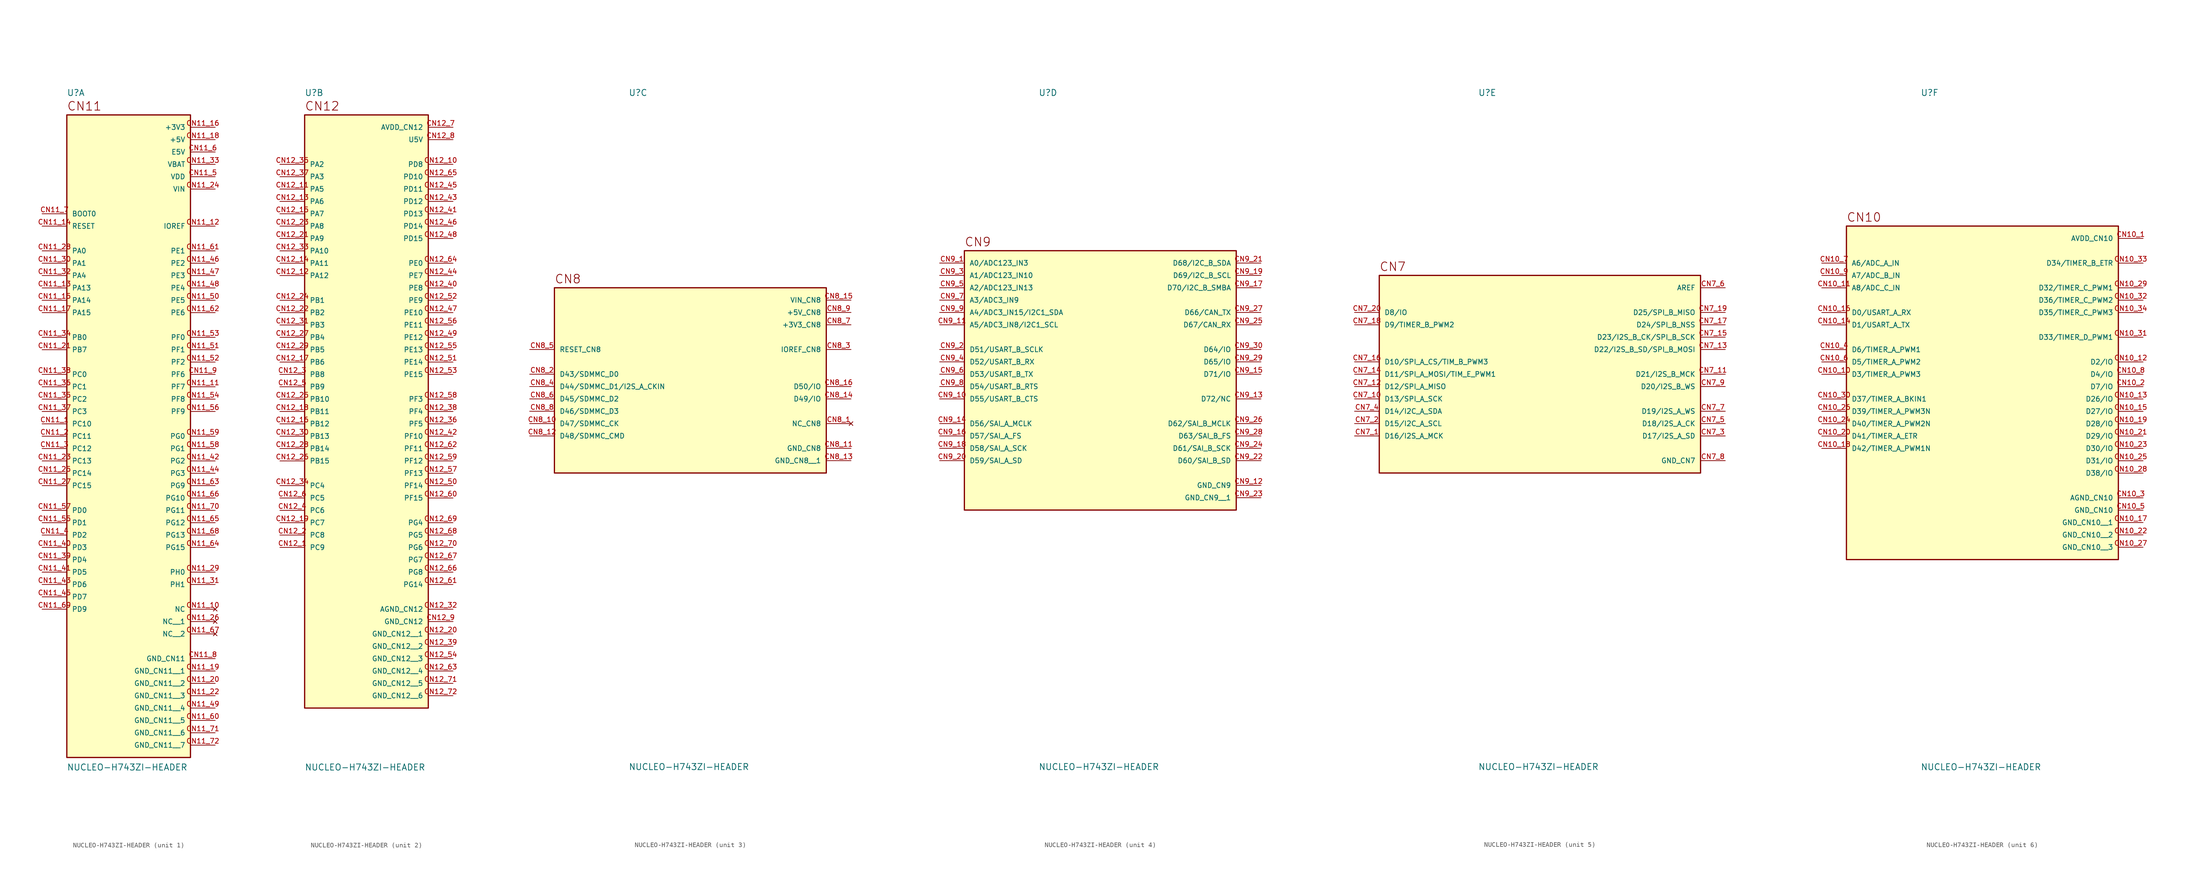
<source format=kicad_sym>
(kicad_symbol_lib
  (version 20220914)
  (generator kicad_symbol_editor)
  (symbol "NUCLEO-H743ZI-HEADER"
    (pin_names
      (offset 1.016))
    (property "Reference" "U"
      (at -12.7 57.15 0)
      (effects (font (size 1.27 1.27)) (justify left bottom)))
    (property "Value" "NUCLEO-H743ZI-HEADER"
      (at -12.7 -80.01 0)
      (effects (font (size 1.27 1.27)) (justify left top)))
    (symbol "NUCLEO-H743ZI-HEADER_1_0"
      (rectangle (start -12.7 -78.74) (end 12.7 53.34) (stroke (width 0.254) (type default)) (fill (type background)))
      (text "CN11" (at -12.7 54.102 0) (effects (font (size 1.778 1.778)) (justify left bottom)))
      (pin bidirectional line (at -17.78 -10.16 0) (length 5.08) (name "PC10" (effects (font (size 1.016 1.016)))) (number "CN11_1" (effects (font (size 1.016 1.016)))))
      (pin no_connect line (at 17.78 -48.26 180) (length 5.08) (name "NC" (effects (font (size 1.016 1.016)))) (number "CN11_10" (effects (font (size 1.016 1.016)))))
      (pin bidirectional line (at 17.78 -2.54 180) (length 5.08) (name "PF7" (effects (font (size 1.016 1.016)))) (number "CN11_11" (effects (font (size 1.016 1.016)))))
      (pin bidirectional line (at 17.78 30.48 180) (length 5.08) (name "IOREF" (effects (font (size 1.016 1.016)))) (number "CN11_12" (effects (font (size 1.016 1.016)))))
      (pin bidirectional line (at -17.78 17.78 0) (length 5.08) (name "PA13" (effects (font (size 1.016 1.016)))) (number "CN11_13" (effects (font (size 1.016 1.016)))))
      (pin bidirectional line (at -17.78 30.48 0) (length 5.08) (name "RESET" (effects (font (size 1.016 1.016)))) (number "CN11_14" (effects (font (size 1.016 1.016)))))
      (pin bidirectional line (at -17.78 15.24 0) (length 5.08) (name "PA14" (effects (font (size 1.016 1.016)))) (number "CN11_15" (effects (font (size 1.016 1.016)))))
      (pin power_in line (at 17.78 50.8 180) (length 5.08) (name "+3V3" (effects (font (size 1.016 1.016)))) (number "CN11_16" (effects (font (size 1.016 1.016)))))
      (pin bidirectional line (at -17.78 12.7 0) (length 5.08) (name "PA15" (effects (font (size 1.016 1.016)))) (number "CN11_17" (effects (font (size 1.016 1.016)))))
      (pin power_in line (at 17.78 48.26 180) (length 5.08) (name "+5V" (effects (font (size 1.016 1.016)))) (number "CN11_18" (effects (font (size 1.016 1.016)))))
      (pin power_in line (at 17.78 -60.96 180) (length 5.08) (name "GND_CN11__1" (effects (font (size 1.016 1.016)))) (number "CN11_19" (effects (font (size 1.016 1.016)))))
      (pin bidirectional line (at -17.78 -12.7 0) (length 5.08) (name "PC11" (effects (font (size 1.016 1.016)))) (number "CN11_2" (effects (font (size 1.016 1.016)))))
      (pin power_in line (at 17.78 -63.5 180) (length 5.08) (name "GND_CN11__2" (effects (font (size 1.016 1.016)))) (number "CN11_20" (effects (font (size 1.016 1.016)))))
      (pin bidirectional line (at -17.78 5.08 0) (length 5.08) (name "PB7" (effects (font (size 1.016 1.016)))) (number "CN11_21" (effects (font (size 1.016 1.016)))))
      (pin power_in line (at 17.78 -66.04 180) (length 5.08) (name "GND_CN11__3" (effects (font (size 1.016 1.016)))) (number "CN11_22" (effects (font (size 1.016 1.016)))))
      (pin bidirectional line (at -17.78 -17.78 0) (length 5.08) (name "PC13" (effects (font (size 1.016 1.016)))) (number "CN11_23" (effects (font (size 1.016 1.016)))))
      (pin power_in line (at 17.78 38.1 180) (length 5.08) (name "VIN" (effects (font (size 1.016 1.016)))) (number "CN11_24" (effects (font (size 1.016 1.016)))))
      (pin bidirectional line (at -17.78 -20.32 0) (length 5.08) (name "PC14" (effects (font (size 1.016 1.016)))) (number "CN11_25" (effects (font (size 1.016 1.016)))))
      (pin no_connect line (at 17.78 -50.8 180) (length 5.08) (name "NC__1" (effects (font (size 1.016 1.016)))) (number "CN11_26" (effects (font (size 1.016 1.016)))))
      (pin bidirectional line (at -17.78 -22.86 0) (length 5.08) (name "PC15" (effects (font (size 1.016 1.016)))) (number "CN11_27" (effects (font (size 1.016 1.016)))))
      (pin bidirectional line (at -17.78 25.4 0) (length 5.08) (name "PA0" (effects (font (size 1.016 1.016)))) (number "CN11_28" (effects (font (size 1.016 1.016)))))
      (pin bidirectional line (at 17.78 -40.64 180) (length 5.08) (name "PH0" (effects (font (size 1.016 1.016)))) (number "CN11_29" (effects (font (size 1.016 1.016)))))
      (pin bidirectional line (at -17.78 -15.24 0) (length 5.08) (name "PC12" (effects (font (size 1.016 1.016)))) (number "CN11_3" (effects (font (size 1.016 1.016)))))
      (pin bidirectional line (at -17.78 22.86 0) (length 5.08) (name "PA1" (effects (font (size 1.016 1.016)))) (number "CN11_30" (effects (font (size 1.016 1.016)))))
      (pin bidirectional line (at 17.78 -43.18 180) (length 5.08) (name "PH1" (effects (font (size 1.016 1.016)))) (number "CN11_31" (effects (font (size 1.016 1.016)))))
      (pin bidirectional line (at -17.78 20.32 0) (length 5.08) (name "PA4" (effects (font (size 1.016 1.016)))) (number "CN11_32" (effects (font (size 1.016 1.016)))))
      (pin power_in line (at 17.78 43.18 180) (length 5.08) (name "VBAT" (effects (font (size 1.016 1.016)))) (number "CN11_33" (effects (font (size 1.016 1.016)))))
      (pin bidirectional line (at -17.78 7.62 0) (length 5.08) (name "PB0" (effects (font (size 1.016 1.016)))) (number "CN11_34" (effects (font (size 1.016 1.016)))))
      (pin bidirectional line (at -17.78 -5.08 0) (length 5.08) (name "PC2" (effects (font (size 1.016 1.016)))) (number "CN11_35" (effects (font (size 1.016 1.016)))))
      (pin bidirectional line (at -17.78 -2.54 0) (length 5.08) (name "PC1" (effects (font (size 1.016 1.016)))) (number "CN11_36" (effects (font (size 1.016 1.016)))))
      (pin bidirectional line (at -17.78 -7.62 0) (length 5.08) (name "PC3" (effects (font (size 1.016 1.016)))) (number "CN11_37" (effects (font (size 1.016 1.016)))))
      (pin bidirectional line (at -17.78 0 0) (length 5.08) (name "PC0" (effects (font (size 1.016 1.016)))) (number "CN11_38" (effects (font (size 1.016 1.016)))))
      (pin bidirectional line (at -17.78 -38.1 0) (length 5.08) (name "PD4" (effects (font (size 1.016 1.016)))) (number "CN11_39" (effects (font (size 1.016 1.016)))))
      (pin bidirectional line (at -17.78 -33.02 0) (length 5.08) (name "PD2" (effects (font (size 1.016 1.016)))) (number "CN11_4" (effects (font (size 1.016 1.016)))))
      (pin bidirectional line (at -17.78 -35.56 0) (length 5.08) (name "PD3" (effects (font (size 1.016 1.016)))) (number "CN11_40" (effects (font (size 1.016 1.016)))))
      (pin bidirectional line (at -17.78 -40.64 0) (length 5.08) (name "PD5" (effects (font (size 1.016 1.016)))) (number "CN11_41" (effects (font (size 1.016 1.016)))))
      (pin bidirectional line (at 17.78 -17.78 180) (length 5.08) (name "PG2" (effects (font (size 1.016 1.016)))) (number "CN11_42" (effects (font (size 1.016 1.016)))))
      (pin bidirectional line (at -17.78 -43.18 0) (length 5.08) (name "PD6" (effects (font (size 1.016 1.016)))) (number "CN11_43" (effects (font (size 1.016 1.016)))))
      (pin bidirectional line (at 17.78 -20.32 180) (length 5.08) (name "PG3" (effects (font (size 1.016 1.016)))) (number "CN11_44" (effects (font (size 1.016 1.016)))))
      (pin bidirectional line (at -17.78 -45.72 0) (length 5.08) (name "PD7" (effects (font (size 1.016 1.016)))) (number "CN11_45" (effects (font (size 1.016 1.016)))))
      (pin bidirectional line (at 17.78 22.86 180) (length 5.08) (name "PE2" (effects (font (size 1.016 1.016)))) (number "CN11_46" (effects (font (size 1.016 1.016)))))
      (pin bidirectional line (at 17.78 20.32 180) (length 5.08) (name "PE3" (effects (font (size 1.016 1.016)))) (number "CN11_47" (effects (font (size 1.016 1.016)))))
      (pin bidirectional line (at 17.78 17.78 180) (length 5.08) (name "PE4" (effects (font (size 1.016 1.016)))) (number "CN11_48" (effects (font (size 1.016 1.016)))))
      (pin power_in line (at 17.78 -68.58 180) (length 5.08) (name "GND_CN11__4" (effects (font (size 1.016 1.016)))) (number "CN11_49" (effects (font (size 1.016 1.016)))))
      (pin power_in line (at 17.78 40.64 180) (length 5.08) (name "VDD" (effects (font (size 1.016 1.016)))) (number "CN11_5" (effects (font (size 1.016 1.016)))))
      (pin bidirectional line (at 17.78 15.24 180) (length 5.08) (name "PE5" (effects (font (size 1.016 1.016)))) (number "CN11_50" (effects (font (size 1.016 1.016)))))
      (pin bidirectional line (at 17.78 5.08 180) (length 5.08) (name "PF1" (effects (font (size 1.016 1.016)))) (number "CN11_51" (effects (font (size 1.016 1.016)))))
      (pin bidirectional line (at 17.78 2.54 180) (length 5.08) (name "PF2" (effects (font (size 1.016 1.016)))) (number "CN11_52" (effects (font (size 1.016 1.016)))))
      (pin bidirectional line (at 17.78 7.62 180) (length 5.08) (name "PF0" (effects (font (size 1.016 1.016)))) (number "CN11_53" (effects (font (size 1.016 1.016)))))
      (pin bidirectional line (at 17.78 -5.08 180) (length 5.08) (name "PF8" (effects (font (size 1.016 1.016)))) (number "CN11_54" (effects (font (size 1.016 1.016)))))
      (pin bidirectional line (at -17.78 -30.48 0) (length 5.08) (name "PD1" (effects (font (size 1.016 1.016)))) (number "CN11_55" (effects (font (size 1.016 1.016)))))
      (pin bidirectional line (at 17.78 -7.62 180) (length 5.08) (name "PF9" (effects (font (size 1.016 1.016)))) (number "CN11_56" (effects (font (size 1.016 1.016)))))
      (pin bidirectional line (at -17.78 -27.94 0) (length 5.08) (name "PD0" (effects (font (size 1.016 1.016)))) (number "CN11_57" (effects (font (size 1.016 1.016)))))
      (pin bidirectional line (at 17.78 -15.24 180) (length 5.08) (name "PG1" (effects (font (size 1.016 1.016)))) (number "CN11_58" (effects (font (size 1.016 1.016)))))
      (pin bidirectional line (at 17.78 -12.7 180) (length 5.08) (name "PG0" (effects (font (size 1.016 1.016)))) (number "CN11_59" (effects (font (size 1.016 1.016)))))
      (pin power_in line (at 17.78 45.72 180) (length 5.08) (name "E5V" (effects (font (size 1.016 1.016)))) (number "CN11_6" (effects (font (size 1.016 1.016)))))
      (pin power_in line (at 17.78 -71.12 180) (length 5.08) (name "GND_CN11__5" (effects (font (size 1.016 1.016)))) (number "CN11_60" (effects (font (size 1.016 1.016)))))
      (pin bidirectional line (at 17.78 25.4 180) (length 5.08) (name "PE1" (effects (font (size 1.016 1.016)))) (number "CN11_61" (effects (font (size 1.016 1.016)))))
      (pin bidirectional line (at 17.78 12.7 180) (length 5.08) (name "PE6" (effects (font (size 1.016 1.016)))) (number "CN11_62" (effects (font (size 1.016 1.016)))))
      (pin bidirectional line (at 17.78 -22.86 180) (length 5.08) (name "PG9" (effects (font (size 1.016 1.016)))) (number "CN11_63" (effects (font (size 1.016 1.016)))))
      (pin bidirectional line (at 17.78 -35.56 180) (length 5.08) (name "PG15" (effects (font (size 1.016 1.016)))) (number "CN11_64" (effects (font (size 1.016 1.016)))))
      (pin bidirectional line (at 17.78 -30.48 180) (length 5.08) (name "PG12" (effects (font (size 1.016 1.016)))) (number "CN11_65" (effects (font (size 1.016 1.016)))))
      (pin bidirectional line (at 17.78 -25.4 180) (length 5.08) (name "PG10" (effects (font (size 1.016 1.016)))) (number "CN11_66" (effects (font (size 1.016 1.016)))))
      (pin no_connect line (at 17.78 -53.34 180) (length 5.08) (name "NC__2" (effects (font (size 1.016 1.016)))) (number "CN11_67" (effects (font (size 1.016 1.016)))))
      (pin bidirectional line (at 17.78 -33.02 180) (length 5.08) (name "PG13" (effects (font (size 1.016 1.016)))) (number "CN11_68" (effects (font (size 1.016 1.016)))))
      (pin bidirectional line (at -17.78 -48.26 0) (length 5.08) (name "PD9" (effects (font (size 1.016 1.016)))) (number "CN11_69" (effects (font (size 1.016 1.016)))))
      (pin bidirectional line (at -17.78 33.02 0) (length 5.08) (name "BOOT0" (effects (font (size 1.016 1.016)))) (number "CN11_7" (effects (font (size 1.016 1.016)))))
      (pin bidirectional line (at 17.78 -27.94 180) (length 5.08) (name "PG11" (effects (font (size 1.016 1.016)))) (number "CN11_70" (effects (font (size 1.016 1.016)))))
      (pin power_in line (at 17.78 -73.66 180) (length 5.08) (name "GND_CN11__6" (effects (font (size 1.016 1.016)))) (number "CN11_71" (effects (font (size 1.016 1.016)))))
      (pin power_in line (at 17.78 -76.2 180) (length 5.08) (name "GND_CN11__7" (effects (font (size 1.016 1.016)))) (number "CN11_72" (effects (font (size 1.016 1.016)))))
      (pin power_in line (at 17.78 -58.42 180) (length 5.08) (name "GND_CN11" (effects (font (size 1.016 1.016)))) (number "CN11_8" (effects (font (size 1.016 1.016)))))
      (pin bidirectional line (at 17.78 0 180) (length 5.08) (name "PF6" (effects (font (size 1.016 1.016)))) (number "CN11_9" (effects (font (size 1.016 1.016))))))
    (symbol "NUCLEO-H743ZI-HEADER_2_0"
      (rectangle (start -12.7 -68.58) (end 12.7 53.34) (stroke (width 0.254) (type default)) (fill (type background)))
      (text "CN12" (at -12.7 54.102 0) (effects (font (size 1.778 1.778)) (justify left bottom)))
      (pin bidirectional line (at -17.78 -35.56 0) (length 5.08) (name "PC9" (effects (font (size 1.016 1.016)))) (number "CN12_1" (effects (font (size 1.016 1.016)))))
      (pin bidirectional line (at 17.78 43.18 180) (length 5.08) (name "PD8" (effects (font (size 1.016 1.016)))) (number "CN12_10" (effects (font (size 1.016 1.016)))))
      (pin bidirectional line (at -17.78 38.1 0) (length 5.08) (name "PA5" (effects (font (size 1.016 1.016)))) (number "CN12_11" (effects (font (size 1.016 1.016)))))
      (pin bidirectional line (at -17.78 20.32 0) (length 5.08) (name "PA12" (effects (font (size 1.016 1.016)))) (number "CN12_12" (effects (font (size 1.016 1.016)))))
      (pin bidirectional line (at -17.78 35.56 0) (length 5.08) (name "PA6" (effects (font (size 1.016 1.016)))) (number "CN12_13" (effects (font (size 1.016 1.016)))))
      (pin bidirectional line (at -17.78 22.86 0) (length 5.08) (name "PA11" (effects (font (size 1.016 1.016)))) (number "CN12_14" (effects (font (size 1.016 1.016)))))
      (pin bidirectional line (at -17.78 33.02 0) (length 5.08) (name "PA7" (effects (font (size 1.016 1.016)))) (number "CN12_15" (effects (font (size 1.016 1.016)))))
      (pin bidirectional line (at -17.78 -10.16 0) (length 5.08) (name "PB12" (effects (font (size 1.016 1.016)))) (number "CN12_16" (effects (font (size 1.016 1.016)))))
      (pin bidirectional line (at -17.78 2.54 0) (length 5.08) (name "PB6" (effects (font (size 1.016 1.016)))) (number "CN12_17" (effects (font (size 1.016 1.016)))))
      (pin bidirectional line (at -17.78 -7.62 0) (length 5.08) (name "PB11" (effects (font (size 1.016 1.016)))) (number "CN12_18" (effects (font (size 1.016 1.016)))))
      (pin bidirectional line (at -17.78 -30.48 0) (length 5.08) (name "PC7" (effects (font (size 1.016 1.016)))) (number "CN12_19" (effects (font (size 1.016 1.016)))))
      (pin bidirectional line (at -17.78 -33.02 0) (length 5.08) (name "PC8" (effects (font (size 1.016 1.016)))) (number "CN12_2" (effects (font (size 1.016 1.016)))))
      (pin power_in line (at 17.78 -53.34 180) (length 5.08) (name "GND_CN12__1" (effects (font (size 1.016 1.016)))) (number "CN12_20" (effects (font (size 1.016 1.016)))))
      (pin bidirectional line (at -17.78 27.94 0) (length 5.08) (name "PA9" (effects (font (size 1.016 1.016)))) (number "CN12_21" (effects (font (size 1.016 1.016)))))
      (pin bidirectional line (at -17.78 12.7 0) (length 5.08) (name "PB2" (effects (font (size 1.016 1.016)))) (number "CN12_22" (effects (font (size 1.016 1.016)))))
      (pin bidirectional line (at -17.78 30.48 0) (length 5.08) (name "PA8" (effects (font (size 1.016 1.016)))) (number "CN12_23" (effects (font (size 1.016 1.016)))))
      (pin bidirectional line (at -17.78 15.24 0) (length 5.08) (name "PB1" (effects (font (size 1.016 1.016)))) (number "CN12_24" (effects (font (size 1.016 1.016)))))
      (pin bidirectional line (at -17.78 -5.08 0) (length 5.08) (name "PB10" (effects (font (size 1.016 1.016)))) (number "CN12_25" (effects (font (size 1.016 1.016)))))
      (pin bidirectional line (at -17.78 -17.78 0) (length 5.08) (name "PB15" (effects (font (size 1.016 1.016)))) (number "CN12_26" (effects (font (size 1.016 1.016)))))
      (pin bidirectional line (at -17.78 7.62 0) (length 5.08) (name "PB4" (effects (font (size 1.016 1.016)))) (number "CN12_27" (effects (font (size 1.016 1.016)))))
      (pin bidirectional line (at -17.78 -15.24 0) (length 5.08) (name "PB14" (effects (font (size 1.016 1.016)))) (number "CN12_28" (effects (font (size 1.016 1.016)))))
      (pin bidirectional line (at -17.78 5.08 0) (length 5.08) (name "PB5" (effects (font (size 1.016 1.016)))) (number "CN12_29" (effects (font (size 1.016 1.016)))))
      (pin bidirectional line (at -17.78 0 0) (length 5.08) (name "PB8" (effects (font (size 1.016 1.016)))) (number "CN12_3" (effects (font (size 1.016 1.016)))))
      (pin bidirectional line (at -17.78 -12.7 0) (length 5.08) (name "PB13" (effects (font (size 1.016 1.016)))) (number "CN12_30" (effects (font (size 1.016 1.016)))))
      (pin bidirectional line (at -17.78 10.16 0) (length 5.08) (name "PB3" (effects (font (size 1.016 1.016)))) (number "CN12_31" (effects (font (size 1.016 1.016)))))
      (pin power_in line (at 17.78 -48.26 180) (length 5.08) (name "AGND_CN12" (effects (font (size 1.016 1.016)))) (number "CN12_32" (effects (font (size 1.016 1.016)))))
      (pin bidirectional line (at -17.78 25.4 0) (length 5.08) (name "PA10" (effects (font (size 1.016 1.016)))) (number "CN12_33" (effects (font (size 1.016 1.016)))))
      (pin bidirectional line (at -17.78 -22.86 0) (length 5.08) (name "PC4" (effects (font (size 1.016 1.016)))) (number "CN12_34" (effects (font (size 1.016 1.016)))))
      (pin bidirectional line (at -17.78 43.18 0) (length 5.08) (name "PA2" (effects (font (size 1.016 1.016)))) (number "CN12_35" (effects (font (size 1.016 1.016)))))
      (pin bidirectional line (at 17.78 -10.16 180) (length 5.08) (name "PF5" (effects (font (size 1.016 1.016)))) (number "CN12_36" (effects (font (size 1.016 1.016)))))
      (pin bidirectional line (at -17.78 40.64 0) (length 5.08) (name "PA3" (effects (font (size 1.016 1.016)))) (number "CN12_37" (effects (font (size 1.016 1.016)))))
      (pin bidirectional line (at 17.78 -7.62 180) (length 5.08) (name "PF4" (effects (font (size 1.016 1.016)))) (number "CN12_38" (effects (font (size 1.016 1.016)))))
      (pin power_in line (at 17.78 -55.88 180) (length 5.08) (name "GND_CN12__2" (effects (font (size 1.016 1.016)))) (number "CN12_39" (effects (font (size 1.016 1.016)))))
      (pin bidirectional line (at -17.78 -27.94 0) (length 5.08) (name "PC6" (effects (font (size 1.016 1.016)))) (number "CN12_4" (effects (font (size 1.016 1.016)))))
      (pin bidirectional line (at 17.78 17.78 180) (length 5.08) (name "PE8" (effects (font (size 1.016 1.016)))) (number "CN12_40" (effects (font (size 1.016 1.016)))))
      (pin bidirectional line (at 17.78 33.02 180) (length 5.08) (name "PD13" (effects (font (size 1.016 1.016)))) (number "CN12_41" (effects (font (size 1.016 1.016)))))
      (pin bidirectional line (at 17.78 -12.7 180) (length 5.08) (name "PF10" (effects (font (size 1.016 1.016)))) (number "CN12_42" (effects (font (size 1.016 1.016)))))
      (pin bidirectional line (at 17.78 35.56 180) (length 5.08) (name "PD12" (effects (font (size 1.016 1.016)))) (number "CN12_43" (effects (font (size 1.016 1.016)))))
      (pin bidirectional line (at 17.78 20.32 180) (length 5.08) (name "PE7" (effects (font (size 1.016 1.016)))) (number "CN12_44" (effects (font (size 1.016 1.016)))))
      (pin bidirectional line (at 17.78 38.1 180) (length 5.08) (name "PD11" (effects (font (size 1.016 1.016)))) (number "CN12_45" (effects (font (size 1.016 1.016)))))
      (pin bidirectional line (at 17.78 30.48 180) (length 5.08) (name "PD14" (effects (font (size 1.016 1.016)))) (number "CN12_46" (effects (font (size 1.016 1.016)))))
      (pin bidirectional line (at 17.78 12.7 180) (length 5.08) (name "PE10" (effects (font (size 1.016 1.016)))) (number "CN12_47" (effects (font (size 1.016 1.016)))))
      (pin bidirectional line (at 17.78 27.94 180) (length 5.08) (name "PD15" (effects (font (size 1.016 1.016)))) (number "CN12_48" (effects (font (size 1.016 1.016)))))
      (pin bidirectional line (at 17.78 7.62 180) (length 5.08) (name "PE12" (effects (font (size 1.016 1.016)))) (number "CN12_49" (effects (font (size 1.016 1.016)))))
      (pin bidirectional line (at -17.78 -2.54 0) (length 5.08) (name "PB9" (effects (font (size 1.016 1.016)))) (number "CN12_5" (effects (font (size 1.016 1.016)))))
      (pin bidirectional line (at 17.78 -22.86 180) (length 5.08) (name "PF14" (effects (font (size 1.016 1.016)))) (number "CN12_50" (effects (font (size 1.016 1.016)))))
      (pin bidirectional line (at 17.78 2.54 180) (length 5.08) (name "PE14" (effects (font (size 1.016 1.016)))) (number "CN12_51" (effects (font (size 1.016 1.016)))))
      (pin bidirectional line (at 17.78 15.24 180) (length 5.08) (name "PE9" (effects (font (size 1.016 1.016)))) (number "CN12_52" (effects (font (size 1.016 1.016)))))
      (pin bidirectional line (at 17.78 0 180) (length 5.08) (name "PE15" (effects (font (size 1.016 1.016)))) (number "CN12_53" (effects (font (size 1.016 1.016)))))
      (pin power_in line (at 17.78 -58.42 180) (length 5.08) (name "GND_CN12__3" (effects (font (size 1.016 1.016)))) (number "CN12_54" (effects (font (size 1.016 1.016)))))
      (pin bidirectional line (at 17.78 5.08 180) (length 5.08) (name "PE13" (effects (font (size 1.016 1.016)))) (number "CN12_55" (effects (font (size 1.016 1.016)))))
      (pin bidirectional line (at 17.78 10.16 180) (length 5.08) (name "PE11" (effects (font (size 1.016 1.016)))) (number "CN12_56" (effects (font (size 1.016 1.016)))))
      (pin bidirectional line (at 17.78 -20.32 180) (length 5.08) (name "PF13" (effects (font (size 1.016 1.016)))) (number "CN12_57" (effects (font (size 1.016 1.016)))))
      (pin bidirectional line (at 17.78 -5.08 180) (length 5.08) (name "PF3" (effects (font (size 1.016 1.016)))) (number "CN12_58" (effects (font (size 1.016 1.016)))))
      (pin bidirectional line (at 17.78 -17.78 180) (length 5.08) (name "PF12" (effects (font (size 1.016 1.016)))) (number "CN12_59" (effects (font (size 1.016 1.016)))))
      (pin bidirectional line (at -17.78 -25.4 0) (length 5.08) (name "PC5" (effects (font (size 1.016 1.016)))) (number "CN12_6" (effects (font (size 1.016 1.016)))))
      (pin bidirectional line (at 17.78 -25.4 180) (length 5.08) (name "PF15" (effects (font (size 1.016 1.016)))) (number "CN12_60" (effects (font (size 1.016 1.016)))))
      (pin bidirectional line (at 17.78 -43.18 180) (length 5.08) (name "PG14" (effects (font (size 1.016 1.016)))) (number "CN12_61" (effects (font (size 1.016 1.016)))))
      (pin bidirectional line (at 17.78 -15.24 180) (length 5.08) (name "PF11" (effects (font (size 1.016 1.016)))) (number "CN12_62" (effects (font (size 1.016 1.016)))))
      (pin power_in line (at 17.78 -60.96 180) (length 5.08) (name "GND_CN12__4" (effects (font (size 1.016 1.016)))) (number "CN12_63" (effects (font (size 1.016 1.016)))))
      (pin bidirectional line (at 17.78 22.86 180) (length 5.08) (name "PE0" (effects (font (size 1.016 1.016)))) (number "CN12_64" (effects (font (size 1.016 1.016)))))
      (pin bidirectional line (at 17.78 40.64 180) (length 5.08) (name "PD10" (effects (font (size 1.016 1.016)))) (number "CN12_65" (effects (font (size 1.016 1.016)))))
      (pin bidirectional line (at 17.78 -40.64 180) (length 5.08) (name "PG8" (effects (font (size 1.016 1.016)))) (number "CN12_66" (effects (font (size 1.016 1.016)))))
      (pin bidirectional line (at 17.78 -38.1 180) (length 5.08) (name "PG7" (effects (font (size 1.016 1.016)))) (number "CN12_67" (effects (font (size 1.016 1.016)))))
      (pin bidirectional line (at 17.78 -33.02 180) (length 5.08) (name "PG5" (effects (font (size 1.016 1.016)))) (number "CN12_68" (effects (font (size 1.016 1.016)))))
      (pin bidirectional line (at 17.78 -30.48 180) (length 5.08) (name "PG4" (effects (font (size 1.016 1.016)))) (number "CN12_69" (effects (font (size 1.016 1.016)))))
      (pin power_in line (at 17.78 50.8 180) (length 5.08) (name "AVDD_CN12" (effects (font (size 1.016 1.016)))) (number "CN12_7" (effects (font (size 1.016 1.016)))))
      (pin bidirectional line (at 17.78 -35.56 180) (length 5.08) (name "PG6" (effects (font (size 1.016 1.016)))) (number "CN12_70" (effects (font (size 1.016 1.016)))))
      (pin power_in line (at 17.78 -63.5 180) (length 5.08) (name "GND_CN12__5" (effects (font (size 1.016 1.016)))) (number "CN12_71" (effects (font (size 1.016 1.016)))))
      (pin power_in line (at 17.78 -66.04 180) (length 5.08) (name "GND_CN12__6" (effects (font (size 1.016 1.016)))) (number "CN12_72" (effects (font (size 1.016 1.016)))))
      (pin power_in line (at 17.78 48.26 180) (length 5.08) (name "U5V" (effects (font (size 1.016 1.016)))) (number "CN12_8" (effects (font (size 1.016 1.016)))))
      (pin power_in line (at 17.78 -50.8 180) (length 5.08) (name "GND_CN12" (effects (font (size 1.016 1.016)))) (number "CN12_9" (effects (font (size 1.016 1.016))))))
    (symbol "NUCLEO-H743ZI-HEADER_3_0"
      (rectangle (start -27.94 -20.32) (end 27.94 17.78) (stroke (width 0.254) (type default)) (fill (type background)))
      (text "CN8" (at -27.94 18.542 0) (effects (font (size 1.778 1.778)) (justify left bottom)))
      (pin no_connect line (at 33.02 -10.16 180) (length 5.08) (name "NC_CN8" (effects (font (size 1.016 1.016)))) (number "CN8_1" (effects (font (size 1.016 1.016)))))
      (pin bidirectional line (at -33.02 -10.16 0) (length 5.08) (name "D47/SDMMC_CK" (effects (font (size 1.016 1.016)))) (number "CN8_10" (effects (font (size 1.016 1.016)))))
      (pin power_in line (at 33.02 -15.24 180) (length 5.08) (name "GND_CN8" (effects (font (size 1.016 1.016)))) (number "CN8_11" (effects (font (size 1.016 1.016)))))
      (pin bidirectional line (at -33.02 -12.7 0) (length 5.08) (name "D48/SDMMC_CMD" (effects (font (size 1.016 1.016)))) (number "CN8_12" (effects (font (size 1.016 1.016)))))
      (pin power_in line (at 33.02 -17.78 180) (length 5.08) (name "GND_CN8__1" (effects (font (size 1.016 1.016)))) (number "CN8_13" (effects (font (size 1.016 1.016)))))
      (pin bidirectional line (at 33.02 -5.08 180) (length 5.08) (name "D49/IO" (effects (font (size 1.016 1.016)))) (number "CN8_14" (effects (font (size 1.016 1.016)))))
      (pin power_in line (at 33.02 15.24 180) (length 5.08) (name "VIN_CN8" (effects (font (size 1.016 1.016)))) (number "CN8_15" (effects (font (size 1.016 1.016)))))
      (pin bidirectional line (at 33.02 -2.54 180) (length 5.08) (name "D50/IO" (effects (font (size 1.016 1.016)))) (number "CN8_16" (effects (font (size 1.016 1.016)))))
      (pin bidirectional line (at -33.02 0 0) (length 5.08) (name "D43/SDMMC_D0" (effects (font (size 1.016 1.016)))) (number "CN8_2" (effects (font (size 1.016 1.016)))))
      (pin bidirectional line (at 33.02 5.08 180) (length 5.08) (name "IOREF_CN8" (effects (font (size 1.016 1.016)))) (number "CN8_3" (effects (font (size 1.016 1.016)))))
      (pin bidirectional line (at -33.02 -2.54 0) (length 5.08) (name "D44/SDMMC_D1/I2S_A_CKIN" (effects (font (size 1.016 1.016)))) (number "CN8_4" (effects (font (size 1.016 1.016)))))
      (pin bidirectional line (at -33.02 5.08 0) (length 5.08) (name "RESET_CN8" (effects (font (size 1.016 1.016)))) (number "CN8_5" (effects (font (size 1.016 1.016)))))
      (pin bidirectional line (at -33.02 -5.08 0) (length 5.08) (name "D45/SDMMC_D2" (effects (font (size 1.016 1.016)))) (number "CN8_6" (effects (font (size 1.016 1.016)))))
      (pin power_in line (at 33.02 10.16 180) (length 5.08) (name "+3V3_CN8" (effects (font (size 1.016 1.016)))) (number "CN8_7" (effects (font (size 1.016 1.016)))))
      (pin bidirectional line (at -33.02 -7.62 0) (length 5.08) (name "D46/SDMMC_D3" (effects (font (size 1.016 1.016)))) (number "CN8_8" (effects (font (size 1.016 1.016)))))
      (pin power_in line (at 33.02 12.7 180) (length 5.08) (name "+5V_CN8" (effects (font (size 1.016 1.016)))) (number "CN8_9" (effects (font (size 1.016 1.016))))))
    (symbol "NUCLEO-H743ZI-HEADER_4_0"
      (rectangle (start -27.94 -27.94) (end 27.94 25.4) (stroke (width 0.254) (type default)) (fill (type background)))
      (text "CN9" (at -27.94 26.162 0) (effects (font (size 1.778 1.778)) (justify left bottom)))
      (pin input line (at -33.02 22.86 0) (length 5.08) (name "A0/ADC123_IN3" (effects (font (size 1.016 1.016)))) (number "CN9_1" (effects (font (size 1.016 1.016)))))
      (pin bidirectional line (at -33.02 -5.08 0) (length 5.08) (name "D55/USART_B_CTS" (effects (font (size 1.016 1.016)))) (number "CN9_10" (effects (font (size 1.016 1.016)))))
      (pin input line (at -33.02 10.16 0) (length 5.08) (name "A5/ADC3_IN8/I2C1_SCL" (effects (font (size 1.016 1.016)))) (number "CN9_11" (effects (font (size 1.016 1.016)))))
      (pin power_in line (at 33.02 -22.86 180) (length 5.08) (name "GND_CN9" (effects (font (size 1.016 1.016)))) (number "CN9_12" (effects (font (size 1.016 1.016)))))
      (pin bidirectional line (at 33.02 -5.08 180) (length 5.08) (name "D72/NC" (effects (font (size 1.016 1.016)))) (number "CN9_13" (effects (font (size 1.016 1.016)))))
      (pin bidirectional line (at -33.02 -10.16 0) (length 5.08) (name "D56/SAI_A_MCLK" (effects (font (size 1.016 1.016)))) (number "CN9_14" (effects (font (size 1.016 1.016)))))
      (pin bidirectional line (at 33.02 0 180) (length 5.08) (name "D71/IO" (effects (font (size 1.016 1.016)))) (number "CN9_15" (effects (font (size 1.016 1.016)))))
      (pin bidirectional line (at -33.02 -12.7 0) (length 5.08) (name "D57/SAI_A_FS" (effects (font (size 1.016 1.016)))) (number "CN9_16" (effects (font (size 1.016 1.016)))))
      (pin bidirectional line (at 33.02 17.78 180) (length 5.08) (name "D70/I2C_B_SMBA" (effects (font (size 1.016 1.016)))) (number "CN9_17" (effects (font (size 1.016 1.016)))))
      (pin bidirectional line (at -33.02 -15.24 0) (length 5.08) (name "D58/SAI_A_SCK" (effects (font (size 1.016 1.016)))) (number "CN9_18" (effects (font (size 1.016 1.016)))))
      (pin bidirectional line (at 33.02 20.32 180) (length 5.08) (name "D69/I2C_B_SCL" (effects (font (size 1.016 1.016)))) (number "CN9_19" (effects (font (size 1.016 1.016)))))
      (pin bidirectional line (at -33.02 5.08 0) (length 5.08) (name "D51/USART_B_SCLK" (effects (font (size 1.016 1.016)))) (number "CN9_2" (effects (font (size 1.016 1.016)))))
      (pin bidirectional line (at -33.02 -17.78 0) (length 5.08) (name "D59/SAI_A_SD" (effects (font (size 1.016 1.016)))) (number "CN9_20" (effects (font (size 1.016 1.016)))))
      (pin bidirectional line (at 33.02 22.86 180) (length 5.08) (name "D68/I2C_B_SDA" (effects (font (size 1.016 1.016)))) (number "CN9_21" (effects (font (size 1.016 1.016)))))
      (pin bidirectional line (at 33.02 -17.78 180) (length 5.08) (name "D60/SAI_B_SD" (effects (font (size 1.016 1.016)))) (number "CN9_22" (effects (font (size 1.016 1.016)))))
      (pin power_in line (at 33.02 -25.4 180) (length 5.08) (name "GND_CN9__1" (effects (font (size 1.016 1.016)))) (number "CN9_23" (effects (font (size 1.016 1.016)))))
      (pin bidirectional line (at 33.02 -15.24 180) (length 5.08) (name "D61/SAI_B_SCK" (effects (font (size 1.016 1.016)))) (number "CN9_24" (effects (font (size 1.016 1.016)))))
      (pin input line (at 33.02 10.16 180) (length 5.08) (name "D67/CAN_RX" (effects (font (size 1.016 1.016)))) (number "CN9_25" (effects (font (size 1.016 1.016)))))
      (pin bidirectional line (at 33.02 -10.16 180) (length 5.08) (name "D62/SAI_B_MCLK" (effects (font (size 1.016 1.016)))) (number "CN9_26" (effects (font (size 1.016 1.016)))))
      (pin output line (at 33.02 12.7 180) (length 5.08) (name "D66/CAN_TX" (effects (font (size 1.016 1.016)))) (number "CN9_27" (effects (font (size 1.016 1.016)))))
      (pin bidirectional line (at 33.02 -12.7 180) (length 5.08) (name "D63/SAI_B_FS" (effects (font (size 1.016 1.016)))) (number "CN9_28" (effects (font (size 1.016 1.016)))))
      (pin bidirectional line (at 33.02 2.54 180) (length 5.08) (name "D65/IO" (effects (font (size 1.016 1.016)))) (number "CN9_29" (effects (font (size 1.016 1.016)))))
      (pin input line (at -33.02 20.32 0) (length 5.08) (name "A1/ADC123_IN10" (effects (font (size 1.016 1.016)))) (number "CN9_3" (effects (font (size 1.016 1.016)))))
      (pin bidirectional line (at 33.02 5.08 180) (length 5.08) (name "D64/IO" (effects (font (size 1.016 1.016)))) (number "CN9_30" (effects (font (size 1.016 1.016)))))
      (pin bidirectional line (at -33.02 2.54 0) (length 5.08) (name "D52/USART_B_RX" (effects (font (size 1.016 1.016)))) (number "CN9_4" (effects (font (size 1.016 1.016)))))
      (pin input line (at -33.02 17.78 0) (length 5.08) (name "A2/ADC123_IN13" (effects (font (size 1.016 1.016)))) (number "CN9_5" (effects (font (size 1.016 1.016)))))
      (pin bidirectional line (at -33.02 0 0) (length 5.08) (name "D53/USART_B_TX" (effects (font (size 1.016 1.016)))) (number "CN9_6" (effects (font (size 1.016 1.016)))))
      (pin input line (at -33.02 15.24 0) (length 5.08) (name "A3/ADC3_IN9" (effects (font (size 1.016 1.016)))) (number "CN9_7" (effects (font (size 1.016 1.016)))))
      (pin bidirectional line (at -33.02 -2.54 0) (length 5.08) (name "D54/USART_B_RTS" (effects (font (size 1.016 1.016)))) (number "CN9_8" (effects (font (size 1.016 1.016)))))
      (pin input line (at -33.02 12.7 0) (length 5.08) (name "A4/ADC3_IN15/I2C1_SDA" (effects (font (size 1.016 1.016)))) (number "CN9_9" (effects (font (size 1.016 1.016))))))
    (symbol "NUCLEO-H743ZI-HEADER_5_0"
      (rectangle (start -33.02 -20.32) (end 33.02 20.32) (stroke (width 0.254) (type default)) (fill (type background)))
      (text "CN7" (at -33.02 21.082 0) (effects (font (size 1.778 1.778)) (justify left bottom)))
      (pin bidirectional line (at -38.1 -12.7 0) (length 5.08) (name "D16/I2S_A_MCK" (effects (font (size 1.016 1.016)))) (number "CN7_1" (effects (font (size 1.016 1.016)))))
      (pin bidirectional line (at -38.1 -5.08 0) (length 5.08) (name "D13/SPI_A_SCK" (effects (font (size 1.016 1.016)))) (number "CN7_10" (effects (font (size 1.016 1.016)))))
      (pin bidirectional line (at 38.1 0 180) (length 5.08) (name "D21/I2S_B_MCK" (effects (font (size 1.016 1.016)))) (number "CN7_11" (effects (font (size 1.016 1.016)))))
      (pin bidirectional line (at -38.1 -2.54 0) (length 5.08) (name "D12/SPI_A_MISO" (effects (font (size 1.016 1.016)))) (number "CN7_12" (effects (font (size 1.016 1.016)))))
      (pin bidirectional line (at 38.1 5.08 180) (length 5.08) (name "D22/I2S_B_SD/SPI_B_MOSI" (effects (font (size 1.016 1.016)))) (number "CN7_13" (effects (font (size 1.016 1.016)))))
      (pin bidirectional line (at -38.1 0 0) (length 5.08) (name "D11/SPI_A_MOSI/TIM_E_PWM1" (effects (font (size 1.016 1.016)))) (number "CN7_14" (effects (font (size 1.016 1.016)))))
      (pin bidirectional line (at 38.1 7.62 180) (length 5.08) (name "D23/I2S_B_CK/SPI_B_SCK" (effects (font (size 1.016 1.016)))) (number "CN7_15" (effects (font (size 1.016 1.016)))))
      (pin bidirectional line (at -38.1 2.54 0) (length 5.08) (name "D10/SPI_A_CS/TIM_B_PWM3" (effects (font (size 1.016 1.016)))) (number "CN7_16" (effects (font (size 1.016 1.016)))))
      (pin bidirectional line (at 38.1 10.16 180) (length 5.08) (name "D24/SPI_B_NSS" (effects (font (size 1.016 1.016)))) (number "CN7_17" (effects (font (size 1.016 1.016)))))
      (pin bidirectional line (at -38.1 10.16 0) (length 5.08) (name "D9/TIMER_B_PWM2" (effects (font (size 1.016 1.016)))) (number "CN7_18" (effects (font (size 1.016 1.016)))))
      (pin bidirectional line (at 38.1 12.7 180) (length 5.08) (name "D25/SPI_B_MISO" (effects (font (size 1.016 1.016)))) (number "CN7_19" (effects (font (size 1.016 1.016)))))
      (pin bidirectional line (at -38.1 -10.16 0) (length 5.08) (name "D15/I2C_A_SCL" (effects (font (size 1.016 1.016)))) (number "CN7_2" (effects (font (size 1.016 1.016)))))
      (pin bidirectional line (at -38.1 12.7 0) (length 5.08) (name "D8/IO" (effects (font (size 1.016 1.016)))) (number "CN7_20" (effects (font (size 1.016 1.016)))))
      (pin bidirectional line (at 38.1 -12.7 180) (length 5.08) (name "D17/I2S_A_SD" (effects (font (size 1.016 1.016)))) (number "CN7_3" (effects (font (size 1.016 1.016)))))
      (pin bidirectional line (at -38.1 -7.62 0) (length 5.08) (name "D14/I2C_A_SDA" (effects (font (size 1.016 1.016)))) (number "CN7_4" (effects (font (size 1.016 1.016)))))
      (pin bidirectional line (at 38.1 -10.16 180) (length 5.08) (name "D18/I2S_A_CK" (effects (font (size 1.016 1.016)))) (number "CN7_5" (effects (font (size 1.016 1.016)))))
      (pin power_in line (at 38.1 17.78 180) (length 5.08) (name "AREF" (effects (font (size 1.016 1.016)))) (number "CN7_6" (effects (font (size 1.016 1.016)))))
      (pin bidirectional line (at 38.1 -7.62 180) (length 5.08) (name "D19/I2S_A_WS" (effects (font (size 1.016 1.016)))) (number "CN7_7" (effects (font (size 1.016 1.016)))))
      (pin power_in line (at 38.1 -17.78 180) (length 5.08) (name "GND_CN7" (effects (font (size 1.016 1.016)))) (number "CN7_8" (effects (font (size 1.016 1.016)))))
      (pin bidirectional line (at 38.1 -2.54 180) (length 5.08) (name "D20/I2S_B_WS" (effects (font (size 1.016 1.016)))) (number "CN7_9" (effects (font (size 1.016 1.016))))))
    (symbol "NUCLEO-H743ZI-HEADER_6_0"
      (rectangle (start -27.94 -38.1) (end 27.94 30.48) (stroke (width 0.254) (type default)) (fill (type background)))
      (text "CN10" (at -27.94 31.242 0) (effects (font (size 1.778 1.778)) (justify left bottom)))
      (pin power_in line (at 33.02 27.94 180) (length 5.08) (name "AVDD_CN10" (effects (font (size 1.016 1.016)))) (number "CN10_1" (effects (font (size 1.016 1.016)))))
      (pin bidirectional line (at -33.02 0 0) (length 5.08) (name "D3/TIMER_A_PWM3" (effects (font (size 1.016 1.016)))) (number "CN10_10" (effects (font (size 1.016 1.016)))))
      (pin input line (at -33.02 17.78 0) (length 5.08) (name "A8/ADC_C_IN" (effects (font (size 1.016 1.016)))) (number "CN10_11" (effects (font (size 1.016 1.016)))))
      (pin bidirectional line (at 33.02 2.54 180) (length 5.08) (name "D2/IO" (effects (font (size 1.016 1.016)))) (number "CN10_12" (effects (font (size 1.016 1.016)))))
      (pin bidirectional line (at 33.02 -5.08 180) (length 5.08) (name "D26/IO" (effects (font (size 1.016 1.016)))) (number "CN10_13" (effects (font (size 1.016 1.016)))))
      (pin output line (at -33.02 10.16 0) (length 5.08) (name "D1/USART_A_TX" (effects (font (size 1.016 1.016)))) (number "CN10_14" (effects (font (size 1.016 1.016)))))
      (pin bidirectional line (at 33.02 -7.62 180) (length 5.08) (name "D27/IO" (effects (font (size 1.016 1.016)))) (number "CN10_15" (effects (font (size 1.016 1.016)))))
      (pin input line (at -33.02 12.7 0) (length 5.08) (name "D0/USART_A_RX" (effects (font (size 1.016 1.016)))) (number "CN10_16" (effects (font (size 1.016 1.016)))))
      (pin power_in line (at 33.02 -30.48 180) (length 5.08) (name "GND_CN10__1" (effects (font (size 1.016 1.016)))) (number "CN10_17" (effects (font (size 1.016 1.016)))))
      (pin bidirectional line (at -33.02 -15.24 0) (length 5.08) (name "D42/TIMER_A_PWM1N" (effects (font (size 1.016 1.016)))) (number "CN10_18" (effects (font (size 1.016 1.016)))))
      (pin bidirectional line (at 33.02 -10.16 180) (length 5.08) (name "D28/IO" (effects (font (size 1.016 1.016)))) (number "CN10_19" (effects (font (size 1.016 1.016)))))
      (pin bidirectional line (at 33.02 -2.54 180) (length 5.08) (name "D7/IO" (effects (font (size 1.016 1.016)))) (number "CN10_2" (effects (font (size 1.016 1.016)))))
      (pin bidirectional line (at -33.02 -12.7 0) (length 5.08) (name "D41/TIMER_A_ETR" (effects (font (size 1.016 1.016)))) (number "CN10_20" (effects (font (size 1.016 1.016)))))
      (pin bidirectional line (at 33.02 -12.7 180) (length 5.08) (name "D29/IO" (effects (font (size 1.016 1.016)))) (number "CN10_21" (effects (font (size 1.016 1.016)))))
      (pin power_in line (at 33.02 -33.02 180) (length 5.08) (name "GND_CN10__2" (effects (font (size 1.016 1.016)))) (number "CN10_22" (effects (font (size 1.016 1.016)))))
      (pin bidirectional line (at 33.02 -15.24 180) (length 5.08) (name "D30/IO" (effects (font (size 1.016 1.016)))) (number "CN10_23" (effects (font (size 1.016 1.016)))))
      (pin bidirectional line (at -33.02 -10.16 0) (length 5.08) (name "D40/TIMER_A_PWM2N" (effects (font (size 1.016 1.016)))) (number "CN10_24" (effects (font (size 1.016 1.016)))))
      (pin bidirectional line (at 33.02 -17.78 180) (length 5.08) (name "D31/IO" (effects (font (size 1.016 1.016)))) (number "CN10_25" (effects (font (size 1.016 1.016)))))
      (pin bidirectional line (at -33.02 -7.62 0) (length 5.08) (name "D39/TIMER_A_PWM3N" (effects (font (size 1.016 1.016)))) (number "CN10_26" (effects (font (size 1.016 1.016)))))
      (pin power_in line (at 33.02 -35.56 180) (length 5.08) (name "GND_CN10__3" (effects (font (size 1.016 1.016)))) (number "CN10_27" (effects (font (size 1.016 1.016)))))
      (pin bidirectional line (at 33.02 -20.32 180) (length 5.08) (name "D38/IO" (effects (font (size 1.016 1.016)))) (number "CN10_28" (effects (font (size 1.016 1.016)))))
      (pin bidirectional line (at 33.02 17.78 180) (length 5.08) (name "D32/TIMER_C_PWM1" (effects (font (size 1.016 1.016)))) (number "CN10_29" (effects (font (size 1.016 1.016)))))
      (pin power_in line (at 33.02 -25.4 180) (length 5.08) (name "AGND_CN10" (effects (font (size 1.016 1.016)))) (number "CN10_3" (effects (font (size 1.016 1.016)))))
      (pin bidirectional line (at -33.02 -5.08 0) (length 5.08) (name "D37/TIMER_A_BKIN1" (effects (font (size 1.016 1.016)))) (number "CN10_30" (effects (font (size 1.016 1.016)))))
      (pin bidirectional line (at 33.02 7.62 180) (length 5.08) (name "D33/TIMER_D_PWM1" (effects (font (size 1.016 1.016)))) (number "CN10_31" (effects (font (size 1.016 1.016)))))
      (pin bidirectional line (at 33.02 15.24 180) (length 5.08) (name "D36/TIMER_C_PWM2" (effects (font (size 1.016 1.016)))) (number "CN10_32" (effects (font (size 1.016 1.016)))))
      (pin bidirectional line (at 33.02 22.86 180) (length 5.08) (name "D34/TIMER_B_ETR" (effects (font (size 1.016 1.016)))) (number "CN10_33" (effects (font (size 1.016 1.016)))))
      (pin bidirectional line (at 33.02 12.7 180) (length 5.08) (name "D35/TIMER_C_PWM3" (effects (font (size 1.016 1.016)))) (number "CN10_34" (effects (font (size 1.016 1.016)))))
      (pin bidirectional line (at -33.02 5.08 0) (length 5.08) (name "D6/TIMER_A_PWM1" (effects (font (size 1.016 1.016)))) (number "CN10_4" (effects (font (size 1.016 1.016)))))
      (pin power_in line (at 33.02 -27.94 180) (length 5.08) (name "GND_CN10" (effects (font (size 1.016 1.016)))) (number "CN10_5" (effects (font (size 1.016 1.016)))))
      (pin bidirectional line (at -33.02 2.54 0) (length 5.08) (name "D5/TIMER_A_PWM2" (effects (font (size 1.016 1.016)))) (number "CN10_6" (effects (font (size 1.016 1.016)))))
      (pin input line (at -33.02 22.86 0) (length 5.08) (name "A6/ADC_A_IN" (effects (font (size 1.016 1.016)))) (number "CN10_7" (effects (font (size 1.016 1.016)))))
      (pin bidirectional line (at 33.02 0 180) (length 5.08) (name "D4/IO" (effects (font (size 1.016 1.016)))) (number "CN10_8" (effects (font (size 1.016 1.016)))))
      (pin input line (at -33.02 20.32 0) (length 5.08) (name "A7/ADC_B_IN" (effects (font (size 1.016 1.016)))) (number "CN10_9" (effects (font (size 1.016 1.016))))))))
</source>
